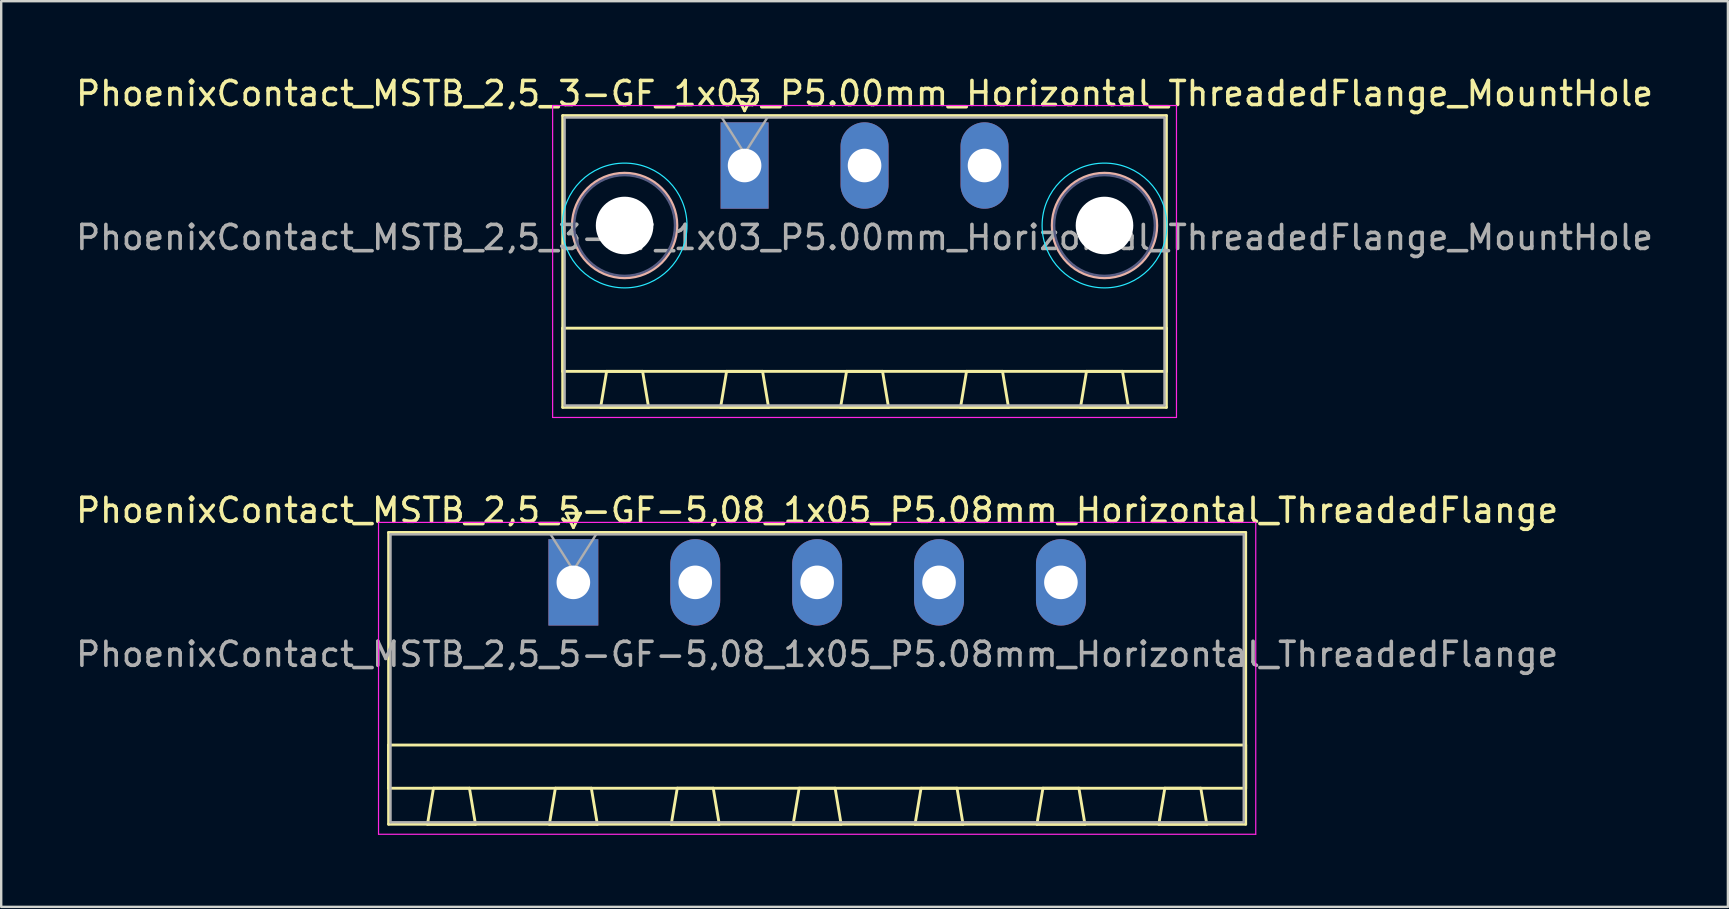
<source format=kicad_pcb>
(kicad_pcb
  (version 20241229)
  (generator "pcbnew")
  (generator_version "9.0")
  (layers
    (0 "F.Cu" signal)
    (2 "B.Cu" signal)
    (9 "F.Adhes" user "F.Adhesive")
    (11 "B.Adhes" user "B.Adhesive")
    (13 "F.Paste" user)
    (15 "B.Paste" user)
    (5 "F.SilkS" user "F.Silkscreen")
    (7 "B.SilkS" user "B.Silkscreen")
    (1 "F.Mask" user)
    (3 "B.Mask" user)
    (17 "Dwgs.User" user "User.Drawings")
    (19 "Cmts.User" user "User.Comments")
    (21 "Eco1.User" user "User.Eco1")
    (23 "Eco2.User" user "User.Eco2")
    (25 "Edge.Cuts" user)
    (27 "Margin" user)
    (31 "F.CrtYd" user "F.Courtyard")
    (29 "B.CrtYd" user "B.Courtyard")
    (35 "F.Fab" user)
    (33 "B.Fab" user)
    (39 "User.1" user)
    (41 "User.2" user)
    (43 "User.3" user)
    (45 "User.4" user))
  (footprint "PhoenixContact_MSTB_2,5_5-GF-5,08_1x05_P5.08mm_Horizontal_ThreadedFlange"
    (layer "F.Cu")
    (at 20.846 21.221)
    (property "Reference" "PhoenixContact_MSTB_2,5_5-GF-5,08_1x05_P5.08mm_Horizontal_ThreadedFlange" (at 10.16 -3 0) (layer "F.SilkS") (effects (font (size 1 1) (thickness 0.15))))
    (attr through_hole)
    (fp_line (start -7.7 -2.08) (end -7.7 10.08) (stroke (width 0.12) (type solid)) (layer "F.SilkS"))
    (fp_line (start -7.7 6.78) (end 28.02 6.78) (stroke (width 0.12) (type solid)) (layer "F.SilkS"))
    (fp_line (start -7.7 8.58) (end -7.7 6.78) (stroke (width 0.12) (type solid)) (layer "F.SilkS"))
    (fp_line (start -7.7 10.08) (end 28.02 10.08) (stroke (width 0.12) (type solid)) (layer "F.SilkS"))
    (fp_line (start -6.08 10.08) (end -4.08 10.08) (stroke (width 0.12) (type solid)) (layer "F.SilkS"))
    (fp_line (start -5.83 8.58) (end -6.08 10.08) (stroke (width 0.12) (type solid)) (layer "F.SilkS"))
    (fp_line (start -4.33 8.58) (end -5.83 8.58) (stroke (width 0.12) (type solid)) (layer "F.SilkS"))
    (fp_line (start -4.08 10.08) (end -4.33 8.58) (stroke (width 0.12) (type solid)) (layer "F.SilkS"))
    (fp_line (start -1 10.08) (end 1 10.08) (stroke (width 0.12) (type solid)) (layer "F.SilkS"))
    (fp_line (start -0.75 8.58) (end -1 10.08) (stroke (width 0.12) (type solid)) (layer "F.SilkS"))
    (fp_line (start -0.3 -2.88) (end 0.3 -2.88) (stroke (width 0.12) (type solid)) (layer "F.SilkS"))
    (fp_line (start 0 -2.28) (end -0.3 -2.88) (stroke (width 0.12) (type solid)) (layer "F.SilkS"))
    (fp_line (start 0.3 -2.88) (end 0 -2.28) (stroke (width 0.12) (type solid)) (layer "F.SilkS"))
    (fp_line (start 0.75 8.58) (end -0.75 8.58) (stroke (width 0.12) (type solid)) (layer "F.SilkS"))
    (fp_line (start 1 10.08) (end 0.75 8.58) (stroke (width 0.12) (type solid)) (layer "F.SilkS"))
    (fp_line (start 4.08 10.08) (end 6.08 10.08) (stroke (width 0.12) (type solid)) (layer "F.SilkS"))
    (fp_line (start 4.33 8.58) (end 4.08 10.08) (stroke (width 0.12) (type solid)) (layer "F.SilkS"))
    (fp_line (start 5.83 8.58) (end 4.33 8.58) (stroke (width 0.12) (type solid)) (layer "F.SilkS"))
    (fp_line (start 6.08 10.08) (end 5.83 8.58) (stroke (width 0.12) (type solid)) (layer "F.SilkS"))
    (fp_line (start 9.16 10.08) (end 11.16 10.08) (stroke (width 0.12) (type solid)) (layer "F.SilkS"))
    (fp_line (start 9.41 8.58) (end 9.16 10.08) (stroke (width 0.12) (type solid)) (layer "F.SilkS"))
    (fp_line (start 10.91 8.58) (end 9.41 8.58) (stroke (width 0.12) (type solid)) (layer "F.SilkS"))
    (fp_line (start 11.16 10.08) (end 10.91 8.58) (stroke (width 0.12) (type solid)) (layer "F.SilkS"))
    (fp_line (start 14.24 10.08) (end 16.24 10.08) (stroke (width 0.12) (type solid)) (layer "F.SilkS"))
    (fp_line (start 14.49 8.58) (end 14.24 10.08) (stroke (width 0.12) (type solid)) (layer "F.SilkS"))
    (fp_line (start 15.99 8.58) (end 14.49 8.58) (stroke (width 0.12) (type solid)) (layer "F.SilkS"))
    (fp_line (start 16.24 10.08) (end 15.99 8.58) (stroke (width 0.12) (type solid)) (layer "F.SilkS"))
    (fp_line (start 19.32 10.08) (end 21.32 10.08) (stroke (width 0.12) (type solid)) (layer "F.SilkS"))
    (fp_line (start 19.57 8.58) (end 19.32 10.08) (stroke (width 0.12) (type solid)) (layer "F.SilkS"))
    (fp_line (start 21.07 8.58) (end 19.57 8.58) (stroke (width 0.12) (type solid)) (layer "F.SilkS"))
    (fp_line (start 21.32 10.08) (end 21.07 8.58) (stroke (width 0.12) (type solid)) (layer "F.SilkS"))
    (fp_line (start 24.4 10.08) (end 26.4 10.08) (stroke (width 0.12) (type solid)) (layer "F.SilkS"))
    (fp_line (start 24.65 8.58) (end 24.4 10.08) (stroke (width 0.12) (type solid)) (layer "F.SilkS"))
    (fp_line (start 26.15 8.58) (end 24.65 8.58) (stroke (width 0.12) (type solid)) (layer "F.SilkS"))
    (fp_line (start 26.4 10.08) (end 26.15 8.58) (stroke (width 0.12) (type solid)) (layer "F.SilkS"))
    (fp_line (start 28.02 -2.08) (end -7.7 -2.08) (stroke (width 0.12) (type solid)) (layer "F.SilkS"))
    (fp_line (start 28.02 6.78) (end 28.02 8.58) (stroke (width 0.12) (type solid)) (layer "F.SilkS"))
    (fp_line (start 28.02 8.58) (end -7.7 8.58) (stroke (width 0.12) (type solid)) (layer "F.SilkS"))
    (fp_line (start 28.02 10.08) (end 28.02 -2.08) (stroke (width 0.12) (type solid)) (layer "F.SilkS"))
    (fp_line (start -8.12 -2.5) (end -8.12 10.5) (stroke (width 0.05) (type solid)) (layer "F.CrtYd"))
    (fp_line (start -8.12 10.5) (end 28.44 10.5) (stroke (width 0.05) (type solid)) (layer "F.CrtYd"))
    (fp_line (start 28.44 -2.5) (end -8.12 -2.5) (stroke (width 0.05) (type solid)) (layer "F.CrtYd"))
    (fp_line (start 28.44 10.5) (end 28.44 -2.5) (stroke (width 0.05) (type solid)) (layer "F.CrtYd"))
    (fp_line (start -7.62 -2) (end -7.62 10) (stroke (width 0.1) (type solid)) (layer "F.Fab"))
    (fp_line (start -7.62 10) (end 27.94 10) (stroke (width 0.1) (type solid)) (layer "F.Fab"))
    (fp_line (start 0 -0.5) (end -0.95 -2) (stroke (width 0.1) (type solid)) (layer "F.Fab"))
    (fp_line (start 0.95 -2) (end 0 -0.5) (stroke (width 0.1) (type solid)) (layer "F.Fab"))
    (fp_line (start 27.94 -2) (end -7.62 -2) (stroke (width 0.1) (type solid)) (layer "F.Fab"))
    (fp_line (start 27.94 10) (end 27.94 -2) (stroke (width 0.1) (type solid)) (layer "F.Fab"))
    (fp_text user "${REFERENCE}" (at 10.16 3 0) (layer "F.Fab") (effects (font (size 1 1) (thickness 0.15))))
    (pad "1" thru_hole rect (at 0 0) (size 2.08 3.6) (drill 1.4) (layers "*.Cu" "*.Mask"))
    (pad "2" thru_hole oval (at 5.08 0) (size 2.08 3.6) (drill 1.4) (layers "*.Cu" "*.Mask"))
    (pad "3" thru_hole oval (at 10.16 0) (size 2.08 3.6) (drill 1.4) (layers "*.Cu" "*.Mask"))
    (pad "4" thru_hole oval (at 15.24 0) (size 2.08 3.6) (drill 1.4) (layers "*.Cu" "*.Mask"))
    (pad "5" thru_hole oval (at 20.32 0) (size 2.08 3.6) (drill 1.4) (layers "*.Cu" "*.Mask")))
  (footprint "PhoenixContact_MSTB_2,5_3-GF_1x03_P5.00mm_Horizontal_ThreadedFlange_MountHole"
    (layer "F.Cu")
    (at 27.982 3.848)
    (property "Reference" "PhoenixContact_MSTB_2,5_3-GF_1x03_P5.00mm_Horizontal_ThreadedFlange_MountHole" (at 5 -3 0) (layer "F.SilkS") (effects (font (size 1 1) (thickness 0.15))))
    (attr through_hole)
    (fp_line (start -7.58 -2.08) (end -7.58 10.08) (stroke (width 0.12) (type solid)) (layer "F.SilkS"))
    (fp_line (start -7.58 6.78) (end 17.58 6.78) (stroke (width 0.12) (type solid)) (layer "F.SilkS"))
    (fp_line (start -7.58 8.58) (end -7.58 6.78) (stroke (width 0.12) (type solid)) (layer "F.SilkS"))
    (fp_line (start -7.58 10.08) (end 17.58 10.08) (stroke (width 0.12) (type solid)) (layer "F.SilkS"))
    (fp_line (start -6 10.08) (end -4 10.08) (stroke (width 0.12) (type solid)) (layer "F.SilkS"))
    (fp_line (start -5.75 8.58) (end -6 10.08) (stroke (width 0.12) (type solid)) (layer "F.SilkS"))
    (fp_line (start -4.25 8.58) (end -5.75 8.58) (stroke (width 0.12) (type solid)) (layer "F.SilkS"))
    (fp_line (start -4 10.08) (end -4.25 8.58) (stroke (width 0.12) (type solid)) (layer "F.SilkS"))
    (fp_line (start -1 10.08) (end 1 10.08) (stroke (width 0.12) (type solid)) (layer "F.SilkS"))
    (fp_line (start -0.75 8.58) (end -1 10.08) (stroke (width 0.12) (type solid)) (layer "F.SilkS"))
    (fp_line (start -0.3 -2.88) (end 0.3 -2.88) (stroke (width 0.12) (type solid)) (layer "F.SilkS"))
    (fp_line (start 0 -2.28) (end -0.3 -2.88) (stroke (width 0.12) (type solid)) (layer "F.SilkS"))
    (fp_line (start 0.3 -2.88) (end 0 -2.28) (stroke (width 0.12) (type solid)) (layer "F.SilkS"))
    (fp_line (start 0.75 8.58) (end -0.75 8.58) (stroke (width 0.12) (type solid)) (layer "F.SilkS"))
    (fp_line (start 1 10.08) (end 0.75 8.58) (stroke (width 0.12) (type solid)) (layer "F.SilkS"))
    (fp_line (start 4 10.08) (end 6 10.08) (stroke (width 0.12) (type solid)) (layer "F.SilkS"))
    (fp_line (start 4.25 8.58) (end 4 10.08) (stroke (width 0.12) (type solid)) (layer "F.SilkS"))
    (fp_line (start 5.75 8.58) (end 4.25 8.58) (stroke (width 0.12) (type solid)) (layer "F.SilkS"))
    (fp_line (start 6 10.08) (end 5.75 8.58) (stroke (width 0.12) (type solid)) (layer "F.SilkS"))
    (fp_line (start 9 10.08) (end 11 10.08) (stroke (width 0.12) (type solid)) (layer "F.SilkS"))
    (fp_line (start 9.25 8.58) (end 9 10.08) (stroke (width 0.12) (type solid)) (layer "F.SilkS"))
    (fp_line (start 10.75 8.58) (end 9.25 8.58) (stroke (width 0.12) (type solid)) (layer "F.SilkS"))
    (fp_line (start 11 10.08) (end 10.75 8.58) (stroke (width 0.12) (type solid)) (layer "F.SilkS"))
    (fp_line (start 14 10.08) (end 16 10.08) (stroke (width 0.12) (type solid)) (layer "F.SilkS"))
    (fp_line (start 14.25 8.58) (end 14 10.08) (stroke (width 0.12) (type solid)) (layer "F.SilkS"))
    (fp_line (start 15.75 8.58) (end 14.25 8.58) (stroke (width 0.12) (type solid)) (layer "F.SilkS"))
    (fp_line (start 16 10.08) (end 15.75 8.58) (stroke (width 0.12) (type solid)) (layer "F.SilkS"))
    (fp_line (start 17.58 -2.08) (end -7.58 -2.08) (stroke (width 0.12) (type solid)) (layer "F.SilkS"))
    (fp_line (start 17.58 6.78) (end 17.58 8.58) (stroke (width 0.12) (type solid)) (layer "F.SilkS"))
    (fp_line (start 17.58 8.58) (end -7.58 8.58) (stroke (width 0.12) (type solid)) (layer "F.SilkS"))
    (fp_line (start 17.58 10.08) (end 17.58 -2.08) (stroke (width 0.12) (type solid)) (layer "F.SilkS"))
    (fp_circle (center -5 2.5) (end -2.82 2.5) (stroke (width 0.12) (type solid)) (fill no) (layer "B.SilkS"))
    (fp_circle (center 15 2.5) (end 17.18 2.5) (stroke (width 0.12) (type solid)) (fill no) (layer "B.SilkS"))
    (fp_circle (center -5 2.5) (end -2.4 2.5) (stroke (width 0.05) (type solid)) (fill no) (layer "B.CrtYd"))
    (fp_circle (center 15 2.5) (end 17.6 2.5) (stroke (width 0.05) (type solid)) (fill no) (layer "B.CrtYd"))
    (fp_line (start -8 -2.5) (end -8 10.5) (stroke (width 0.05) (type solid)) (layer "F.CrtYd"))
    (fp_line (start -8 10.5) (end 18 10.5) (stroke (width 0.05) (type solid)) (layer "F.CrtYd"))
    (fp_line (start 18 -2.5) (end -8 -2.5) (stroke (width 0.05) (type solid)) (layer "F.CrtYd"))
    (fp_line (start 18 10.5) (end 18 -2.5) (stroke (width 0.05) (type solid)) (layer "F.CrtYd"))
    (fp_circle (center -5 2.5) (end -2.9 2.5) (stroke (width 0.1) (type solid)) (fill no) (layer "B.Fab"))
    (fp_circle (center 15 2.5) (end 17.1 2.5) (stroke (width 0.1) (type solid)) (fill no) (layer "B.Fab"))
    (fp_line (start -7.5 -2) (end -7.5 10) (stroke (width 0.1) (type solid)) (layer "F.Fab"))
    (fp_line (start -7.5 10) (end 17.5 10) (stroke (width 0.1) (type solid)) (layer "F.Fab"))
    (fp_line (start 0 -0.5) (end -0.95 -2) (stroke (width 0.1) (type solid)) (layer "F.Fab"))
    (fp_line (start 0.95 -2) (end 0 -0.5) (stroke (width 0.1) (type solid)) (layer "F.Fab"))
    (fp_line (start 17.5 -2) (end -7.5 -2) (stroke (width 0.1) (type solid)) (layer "F.Fab"))
    (fp_line (start 17.5 10) (end 17.5 -2) (stroke (width 0.1) (type solid)) (layer "F.Fab"))
    (fp_text user "${REFERENCE}" (at 5 3 0) (layer "F.Fab") (effects (font (size 1 1) (thickness 0.15))))
    (pad "" np_thru_hole circle (at -5 2.5) (size 2.4 2.4) (drill 2.4) (layers "*.Cu" "*.Mask"))
    (pad "" np_thru_hole circle (at 15 2.5) (size 2.4 2.4) (drill 2.4) (layers "*.Cu" "*.Mask"))
    (pad "1" thru_hole rect (at 0 0) (size 2 3.6) (drill 1.4) (layers "*.Cu" "*.Mask"))
    (pad "2" thru_hole oval (at 5 0) (size 2 3.6) (drill 1.4) (layers "*.Cu" "*.Mask"))
    (pad "3" thru_hole oval (at 10 0) (size 2 3.6) (drill 1.4) (layers "*.Cu" "*.Mask")))
  (gr_rect
    (start -3 -3)
    (end 68.964 34.746)
    (stroke (width 0.1) (type default))
    (fill no)
    (layer "Edge.Cuts")))
</source>
